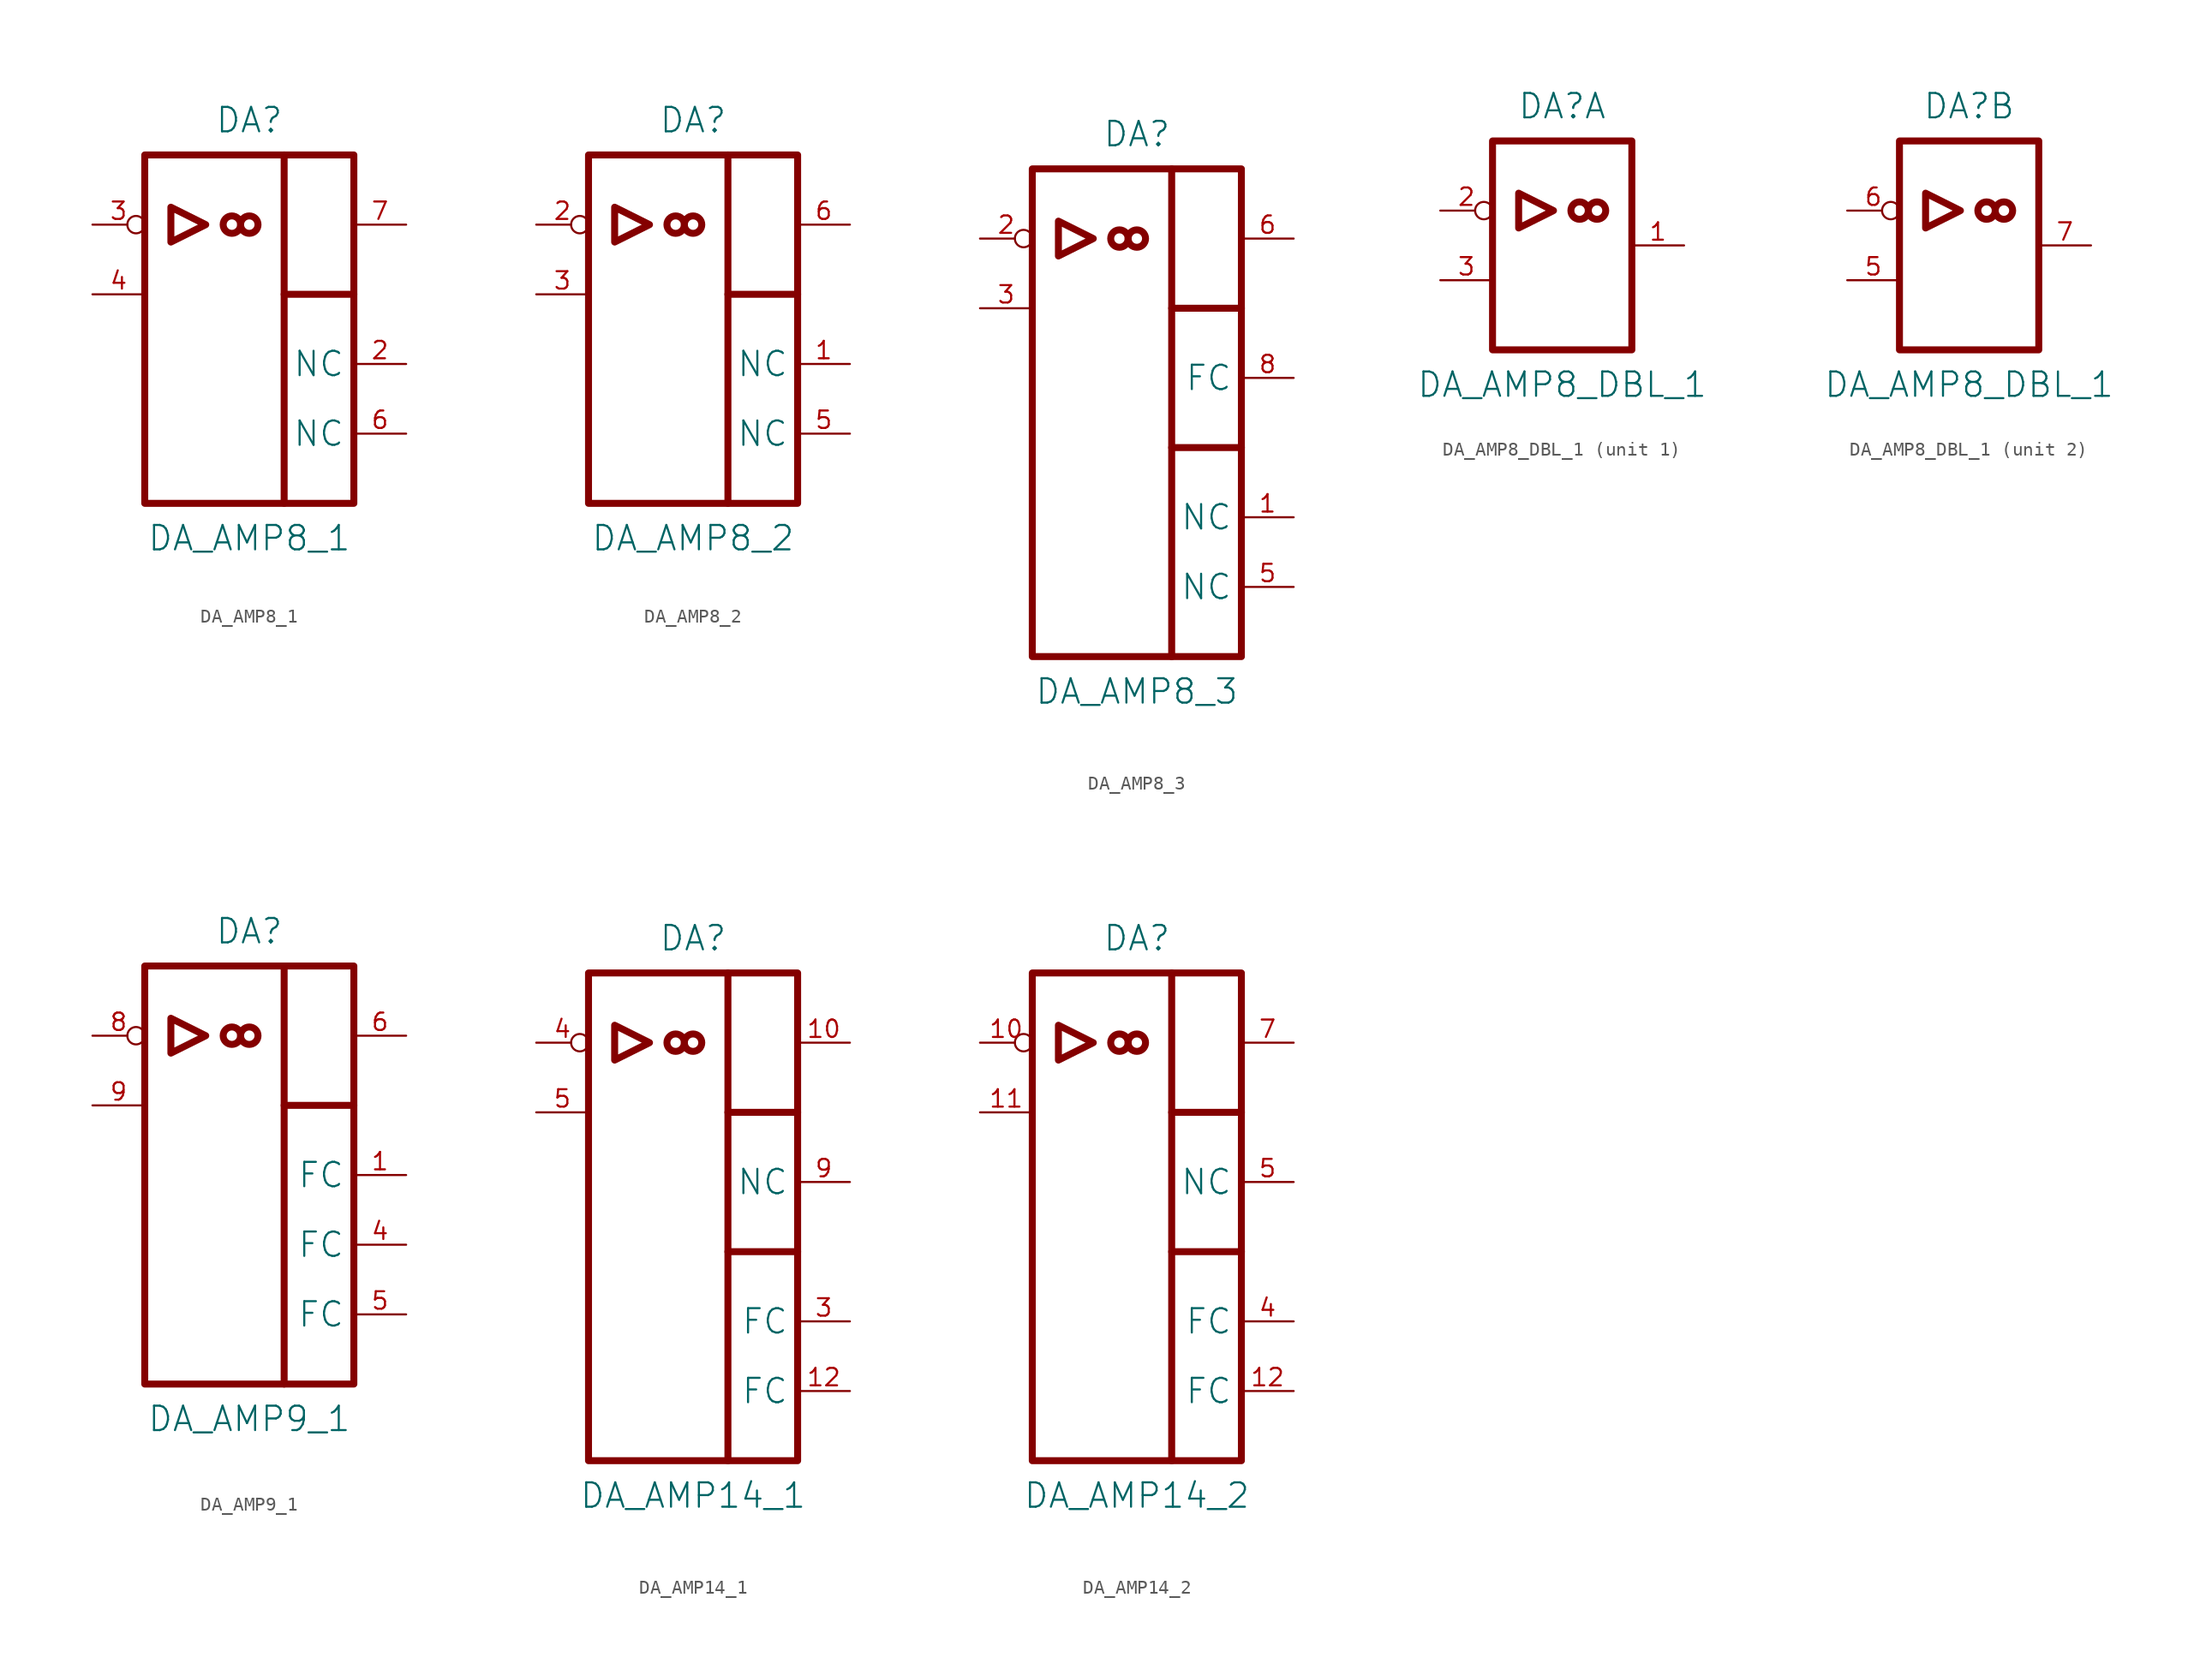
<source format=kicad_sym>
(kicad_symbol_lib
  (version 20211014)
  (generator kicad_symbol_editor)
  (symbol "DA_AMP8_1"
    (pin_names
      (offset 0.635))
    (property "Reference" "DA"
      (at 0 15.24 0)
      (effects (font (size 1.778 1.778))))
    (property "Value" "DA_AMP8_1"
      (at 0 -15.24 0)
      (effects (font (size 1.778 1.778))))
    (symbol "DA_AMP8_1_0_0"
      (circle (center -1.27 7.62) (radius 0.635) (stroke (width 0.508) (type default) (color 0 0 0 0)) (fill (type none)))
      (polyline (pts (xy 2.54 12.7) (xy 2.54 -12.7)) (stroke (width 0.508) (type default) (color 0 0 0 0)) (fill (type none)))
      (polyline (pts (xy 7.62 2.54) (xy 2.54 2.54)) (stroke (width 0.508) (type default) (color 0 0 0 0)) (fill (type none)))
      (circle (center 0 7.62) (radius 0.635) (stroke (width 0.508) (type default) (color 0 0 0 0)) (fill (type none))))
    (symbol "DA_AMP8_1_0_1"
      (rectangle (start -7.62 12.7) (end 7.62 -12.7) (stroke (width 0.508) (type default) (color 0 0 0 0)) (fill (type none)))
      (polyline (pts (xy -5.715 8.89) (xy -5.715 6.35) (xy -3.175 7.62) (xy -5.715 8.89)) (stroke (width 0.508) (type default) (color 0 0 0 0)) (fill (type none))))
    (symbol "DA_AMP8_1_1_1"
      (pin passive line (at 11.43 -2.54 180) (length 3.81) (name "NC" (effects (font (size 1.778 1.778)))) (number "2" (effects (font (size 1.27 1.27)))))
      (pin input inverted (at -11.43 7.62 0) (length 3.81) (name "~" (effects (font (size 1.778 1.778)))) (number "3" (effects (font (size 1.27 1.27)))))
      (pin input line (at -11.43 2.54 0) (length 3.81) (name "~" (effects (font (size 1.778 1.778)))) (number "4" (effects (font (size 1.27 1.27)))))
      (pin power_in line (at 11.43 -10.16 180) (length 3.81) hide (name "-U" (effects (font (size 1.27 1.27)))) (number "5" (effects (font (size 1.27 1.27)))))
      (pin passive line (at 11.43 -7.62 180) (length 3.81) (name "NC" (effects (font (size 1.778 1.778)))) (number "6" (effects (font (size 1.27 1.27)))))
      (pin output line (at 11.43 7.62 180) (length 3.81) (name "~" (effects (font (size 1.778 1.778)))) (number "7" (effects (font (size 1.27 1.27)))))
      (pin power_in line (at 11.43 10.16 180) (length 3.81) hide (name "+U" (effects (font (size 1.27 1.27)))) (number "8" (effects (font (size 1.27 1.27)))))))
  (symbol "DA_AMP8_2"
    (pin_names
      (offset 0.635))
    (property "Reference" "DA"
      (at 0 15.24 0)
      (effects (font (size 1.778 1.778))))
    (property "Value" "DA_AMP8_2"
      (at 0 -15.24 0)
      (effects (font (size 1.778 1.778))))
    (symbol "DA_AMP8_2_0_0"
      (circle (center -1.27 7.62) (radius 0.635) (stroke (width 0.508) (type default) (color 0 0 0 0)) (fill (type none)))
      (polyline (pts (xy 2.54 12.7) (xy 2.54 -12.7)) (stroke (width 0.508) (type default) (color 0 0 0 0)) (fill (type none)))
      (polyline (pts (xy 7.62 2.54) (xy 2.54 2.54)) (stroke (width 0.508) (type default) (color 0 0 0 0)) (fill (type none)))
      (circle (center 0 7.62) (radius 0.635) (stroke (width 0.508) (type default) (color 0 0 0 0)) (fill (type none))))
    (symbol "DA_AMP8_2_0_1"
      (rectangle (start -7.62 12.7) (end 7.62 -12.7) (stroke (width 0.508) (type default) (color 0 0 0 0)) (fill (type none)))
      (polyline (pts (xy -5.715 8.89) (xy -5.715 6.35) (xy -3.175 7.62) (xy -5.715 8.89)) (stroke (width 0.508) (type default) (color 0 0 0 0)) (fill (type none))))
    (symbol "DA_AMP8_2_1_1"
      (pin passive line (at 11.43 -2.54 180) (length 3.81) (name "NC" (effects (font (size 1.778 1.778)))) (number "1" (effects (font (size 1.27 1.27)))))
      (pin input inverted (at -11.43 7.62 0) (length 3.81) (name "~" (effects (font (size 1.778 1.778)))) (number "2" (effects (font (size 1.27 1.27)))))
      (pin input line (at -11.43 2.54 0) (length 3.81) (name "~" (effects (font (size 1.778 1.778)))) (number "3" (effects (font (size 1.27 1.27)))))
      (pin power_in line (at 11.43 -10.16 180) (length 3.81) hide (name "-U" (effects (font (size 1.27 1.27)))) (number "4" (effects (font (size 1.27 1.27)))))
      (pin passive line (at 11.43 -7.62 180) (length 3.81) (name "NC" (effects (font (size 1.778 1.778)))) (number "5" (effects (font (size 1.27 1.27)))))
      (pin output line (at 11.43 7.62 180) (length 3.81) (name "~" (effects (font (size 1.778 1.778)))) (number "6" (effects (font (size 1.27 1.27)))))
      (pin power_in line (at 11.43 10.16 180) (length 3.81) hide (name "+U" (effects (font (size 1.27 1.27)))) (number "7" (effects (font (size 1.27 1.27)))))))
  (symbol "DA_AMP8_3"
    (pin_names
      (offset 0.635))
    (property "Reference" "DA"
      (at 0 20.32 0)
      (effects (font (size 1.778 1.778))))
    (property "Value" "DA_AMP8_3"
      (at 0 -20.32 0)
      (effects (font (size 1.778 1.778))))
    (symbol "DA_AMP8_3_0_0"
      (circle (center -1.27 12.7) (radius 0.635) (stroke (width 0.508) (type default) (color 0 0 0 0)) (fill (type none)))
      (polyline (pts (xy 2.54 17.78) (xy 2.54 -17.78)) (stroke (width 0.508) (type default) (color 0 0 0 0)) (fill (type none)))
      (polyline (pts (xy 7.62 7.62) (xy 2.54 7.62)) (stroke (width 0.508) (type default) (color 0 0 0 0)) (fill (type none)))
      (circle (center 0 12.7) (radius 0.635) (stroke (width 0.508) (type default) (color 0 0 0 0)) (fill (type none))))
    (symbol "DA_AMP8_3_0_1"
      (rectangle (start -7.62 17.78) (end 7.62 -17.78) (stroke (width 0.508) (type default) (color 0 0 0 0)) (fill (type none)))
      (polyline (pts (xy -5.715 13.97) (xy -5.715 11.43) (xy -3.175 12.7) (xy -5.715 13.97)) (stroke (width 0.508) (type default) (color 0 0 0 0)) (fill (type none))))
    (symbol "DA_AMP8_3_1_1"
      (polyline (pts (xy 7.62 -2.54) (xy 2.54 -2.54)) (stroke (width 0.508) (type default) (color 0 0 0 0)) (fill (type none)))
      (pin passive line (at 11.43 -7.62 180) (length 3.81) (name "NC" (effects (font (size 1.778 1.778)))) (number "1" (effects (font (size 1.27 1.27)))))
      (pin input inverted (at -11.43 12.7 0) (length 3.81) (name "~" (effects (font (size 1.778 1.778)))) (number "2" (effects (font (size 1.27 1.27)))))
      (pin input line (at -11.43 7.62 0) (length 3.81) (name "~" (effects (font (size 1.778 1.778)))) (number "3" (effects (font (size 1.27 1.27)))))
      (pin power_in line (at 11.43 -15.24 180) (length 3.81) hide (name "-U" (effects (font (size 1.27 1.27)))) (number "4" (effects (font (size 1.27 1.27)))))
      (pin passive line (at 11.43 -12.7 180) (length 3.81) (name "NC" (effects (font (size 1.778 1.778)))) (number "5" (effects (font (size 1.27 1.27)))))
      (pin output line (at 11.43 12.7 180) (length 3.81) (name "~" (effects (font (size 1.778 1.778)))) (number "6" (effects (font (size 1.27 1.27)))))
      (pin power_in line (at 11.43 15.24 180) (length 3.81) hide (name "+U" (effects (font (size 1.27 1.27)))) (number "7" (effects (font (size 1.27 1.27)))))
      (pin passive line (at 11.43 2.54 180) (length 3.81) (name "FC" (effects (font (size 1.778 1.778)))) (number "8" (effects (font (size 1.27 1.27)))))))
  (symbol "DA_AMP8_DBL_1"
    (pin_names
      (offset 0.635))
    (property "Reference" "DA"
      (at 0 10.16 0)
      (effects (font (size 1.778 1.778))))
    (property "Value" "DA_AMP8_DBL_1"
      (at 0 -10.16 0)
      (effects (font (size 1.778 1.778))))
    (symbol "DA_AMP8_DBL_1_0_0"
      (circle (center 1.27 2.54) (radius 0.635) (stroke (width 0.508) (type default) (color 0 0 0 0)) (fill (type none)))
      (circle (center 2.54 2.54) (radius 0.635) (stroke (width 0.508) (type default) (color 0 0 0 0)) (fill (type none))))
    (symbol "DA_AMP8_DBL_1_0_1"
      (rectangle (start -5.08 7.62) (end 5.08 -7.62) (stroke (width 0.508) (type default) (color 0 0 0 0)) (fill (type none)))
      (polyline (pts (xy -3.175 3.81) (xy -3.175 1.27) (xy -0.635 2.54) (xy -3.175 3.81)) (stroke (width 0.508) (type default) (color 0 0 0 0)) (fill (type none)))
      (pin power_in line (at 8.89 -5.08 180) (length 3.81) hide (name "-U" (effects (font (size 1.27 1.27)))) (number "4" (effects (font (size 1.27 1.27)))))
      (pin power_in line (at 8.89 5.08 180) (length 3.81) hide (name "+U" (effects (font (size 1.27 1.27)))) (number "8" (effects (font (size 1.27 1.27))))))
    (symbol "DA_AMP8_DBL_1_1_1"
      (pin output line (at 8.89 0 180) (length 3.81) (name "~" (effects (font (size 1.778 1.778)))) (number "1" (effects (font (size 1.27 1.27)))))
      (pin input inverted (at -8.89 2.54 0) (length 3.81) (name "~" (effects (font (size 1.778 1.778)))) (number "2" (effects (font (size 1.27 1.27)))))
      (pin input line (at -8.89 -2.54 0) (length 3.81) (name "~" (effects (font (size 1.778 1.778)))) (number "3" (effects (font (size 1.27 1.27))))))
    (symbol "DA_AMP8_DBL_1_2_1"
      (pin input line (at -8.89 -2.54 0) (length 3.81) (name "~" (effects (font (size 1.778 1.778)))) (number "5" (effects (font (size 1.27 1.27)))))
      (pin input inverted (at -8.89 2.54 0) (length 3.81) (name "~" (effects (font (size 1.778 1.778)))) (number "6" (effects (font (size 1.27 1.27)))))
      (pin output line (at 8.89 0 180) (length 3.81) (name "~" (effects (font (size 1.778 1.778)))) (number "7" (effects (font (size 1.27 1.27)))))))
  (symbol "DA_AMP9_1"
    (pin_names
      (offset 0.635))
    (property "Reference" "DA"
      (at 0 17.78 0)
      (effects (font (size 1.778 1.778))))
    (property "Value" "DA_AMP9_1"
      (at 0 -17.78 0)
      (effects (font (size 1.778 1.778))))
    (symbol "DA_AMP9_1_0_0"
      (circle (center -1.27 10.16) (radius 0.635) (stroke (width 0.508) (type default) (color 0 0 0 0)) (fill (type none)))
      (polyline (pts (xy 2.54 15.24) (xy 2.54 -15.24)) (stroke (width 0.508) (type default) (color 0 0 0 0)) (fill (type none)))
      (polyline (pts (xy 7.62 5.08) (xy 2.54 5.08)) (stroke (width 0.508) (type default) (color 0 0 0 0)) (fill (type none)))
      (circle (center 0 10.16) (radius 0.635) (stroke (width 0.508) (type default) (color 0 0 0 0)) (fill (type none))))
    (symbol "DA_AMP9_1_0_1"
      (rectangle (start -7.62 15.24) (end 7.62 -15.24) (stroke (width 0.508) (type default) (color 0 0 0 0)) (fill (type none)))
      (polyline (pts (xy -5.715 11.43) (xy -5.715 8.89) (xy -3.175 10.16) (xy -5.715 11.43)) (stroke (width 0.508) (type default) (color 0 0 0 0)) (fill (type none))))
    (symbol "DA_AMP9_1_1_1"
      (pin passive line (at 11.43 0 180) (length 3.81) (name "FC" (effects (font (size 1.778 1.778)))) (number "1" (effects (font (size 1.27 1.27)))))
      (pin power_in line (at 11.43 -12.7 180) (length 3.81) hide (name "-U" (effects (font (size 1.27 1.27)))) (number "2" (effects (font (size 1.27 1.27)))))
      (pin passive line (at 11.43 -5.08 180) (length 3.81) (name "FC" (effects (font (size 1.778 1.778)))) (number "4" (effects (font (size 1.27 1.27)))))
      (pin passive line (at 11.43 -10.16 180) (length 3.81) (name "FC" (effects (font (size 1.778 1.778)))) (number "5" (effects (font (size 1.27 1.27)))))
      (pin output line (at 11.43 10.16 180) (length 3.81) (name "~" (effects (font (size 1.778 1.778)))) (number "6" (effects (font (size 1.27 1.27)))))
      (pin power_in line (at 11.43 12.7 180) (length 3.81) hide (name "+U" (effects (font (size 1.27 1.27)))) (number "7" (effects (font (size 1.27 1.27)))))
      (pin input inverted (at -11.43 10.16 0) (length 3.81) (name "~" (effects (font (size 1.778 1.778)))) (number "8" (effects (font (size 1.27 1.27)))))
      (pin input line (at -11.43 5.08 0) (length 3.81) (name "~" (effects (font (size 1.778 1.778)))) (number "9" (effects (font (size 1.27 1.27)))))))
  (symbol "DA_AMP14_1"
    (pin_names
      (offset 0.635))
    (property "Reference" "DA"
      (at 0 20.32 0)
      (effects (font (size 1.778 1.778))))
    (property "Value" "DA_AMP14_1"
      (at 0 -20.32 0)
      (effects (font (size 1.778 1.778))))
    (symbol "DA_AMP14_1_0_0"
      (circle (center -1.27 12.7) (radius 0.635) (stroke (width 0.508) (type default) (color 0 0 0 0)) (fill (type none)))
      (polyline (pts (xy 2.54 17.78) (xy 2.54 -17.78)) (stroke (width 0.508) (type default) (color 0 0 0 0)) (fill (type none)))
      (polyline (pts (xy 7.62 -2.54) (xy 2.54 -2.54)) (stroke (width 0.508) (type default) (color 0 0 0 0)) (fill (type none)))
      (polyline (pts (xy 7.62 7.62) (xy 2.54 7.62)) (stroke (width 0.508) (type default) (color 0 0 0 0)) (fill (type none)))
      (circle (center 0 12.7) (radius 0.635) (stroke (width 0.508) (type default) (color 0 0 0 0)) (fill (type none))))
    (symbol "DA_AMP14_1_0_1"
      (rectangle (start -7.62 17.78) (end 7.62 -17.78) (stroke (width 0.508) (type default) (color 0 0 0 0)) (fill (type none)))
      (polyline (pts (xy -5.715 13.97) (xy -5.715 11.43) (xy -3.175 12.7) (xy -5.715 13.97)) (stroke (width 0.508) (type default) (color 0 0 0 0)) (fill (type none))))
    (symbol "DA_AMP14_1_1_1"
      (pin output line (at 11.43 12.7 180) (length 3.81) (name "~" (effects (font (size 1.778 1.778)))) (number "10" (effects (font (size 1.27 1.27)))))
      (pin power_in line (at 11.43 15.24 180) (length 3.81) hide (name "+U" (effects (font (size 1.27 1.27)))) (number "11" (effects (font (size 1.27 1.27)))))
      (pin passive line (at 11.43 -12.7 180) (length 3.81) (name "FC" (effects (font (size 1.778 1.778)))) (number "12" (effects (font (size 1.27 1.27)))))
      (pin passive line (at 11.43 -7.62 180) (length 3.81) (name "FC" (effects (font (size 1.778 1.778)))) (number "3" (effects (font (size 1.27 1.27)))))
      (pin input inverted (at -11.43 12.7 0) (length 3.81) (name "~" (effects (font (size 1.778 1.778)))) (number "4" (effects (font (size 1.27 1.27)))))
      (pin input line (at -11.43 7.62 0) (length 3.81) (name "~" (effects (font (size 1.778 1.778)))) (number "5" (effects (font (size 1.27 1.27)))))
      (pin power_in line (at 11.43 -15.24 180) (length 3.81) hide (name "-U" (effects (font (size 1.27 1.27)))) (number "6" (effects (font (size 1.27 1.27)))))
      (pin passive line (at 11.43 2.54 180) (length 3.81) (name "NC" (effects (font (size 1.778 1.778)))) (number "9" (effects (font (size 1.27 1.27)))))))
  (symbol "DA_AMP14_2"
    (pin_names
      (offset 0.635))
    (property "Reference" "DA"
      (at 0 20.32 0)
      (effects (font (size 1.778 1.778))))
    (property "Value" "DA_AMP14_2"
      (at 0 -20.32 0)
      (effects (font (size 1.778 1.778))))
    (symbol "DA_AMP14_2_0_0"
      (circle (center -1.27 12.7) (radius 0.635) (stroke (width 0.508) (type default) (color 0 0 0 0)) (fill (type none)))
      (polyline (pts (xy 2.54 17.78) (xy 2.54 -17.78)) (stroke (width 0.508) (type default) (color 0 0 0 0)) (fill (type none)))
      (polyline (pts (xy 7.62 -2.54) (xy 2.54 -2.54)) (stroke (width 0.508) (type default) (color 0 0 0 0)) (fill (type none)))
      (polyline (pts (xy 7.62 7.62) (xy 2.54 7.62)) (stroke (width 0.508) (type default) (color 0 0 0 0)) (fill (type none)))
      (circle (center 0 12.7) (radius 0.635) (stroke (width 0.508) (type default) (color 0 0 0 0)) (fill (type none))))
    (symbol "DA_AMP14_2_0_1"
      (rectangle (start -7.62 17.78) (end 7.62 -17.78) (stroke (width 0.508) (type default) (color 0 0 0 0)) (fill (type none)))
      (polyline (pts (xy -5.715 13.97) (xy -5.715 11.43) (xy -3.175 12.7) (xy -5.715 13.97)) (stroke (width 0.508) (type default) (color 0 0 0 0)) (fill (type none))))
    (symbol "DA_AMP14_2_1_1"
      (pin power_in line (at 11.43 -15.24 180) (length 3.81) hide (name "-U" (effects (font (size 1.27 1.27)))) (number "1" (effects (font (size 1.27 1.27)))))
      (pin input inverted (at -11.43 12.7 0) (length 3.81) (name "~" (effects (font (size 1.778 1.778)))) (number "10" (effects (font (size 1.27 1.27)))))
      (pin input line (at -11.43 7.62 0) (length 3.81) (name "~" (effects (font (size 1.778 1.778)))) (number "11" (effects (font (size 1.27 1.27)))))
      (pin passive line (at 11.43 -12.7 180) (length 3.81) (name "FC" (effects (font (size 1.778 1.778)))) (number "12" (effects (font (size 1.27 1.27)))))
      (pin passive line (at 11.43 -7.62 180) (length 3.81) (name "FC" (effects (font (size 1.778 1.778)))) (number "4" (effects (font (size 1.27 1.27)))))
      (pin passive line (at 11.43 2.54 180) (length 3.81) (name "NC" (effects (font (size 1.778 1.778)))) (number "5" (effects (font (size 1.27 1.27)))))
      (pin output line (at 11.43 12.7 180) (length 3.81) (name "~" (effects (font (size 1.778 1.778)))) (number "7" (effects (font (size 1.27 1.27)))))
      (pin power_in line (at 11.43 15.24 180) (length 3.81) hide (name "+U" (effects (font (size 1.27 1.27)))) (number "8" (effects (font (size 1.27 1.27))))))))
</source>
